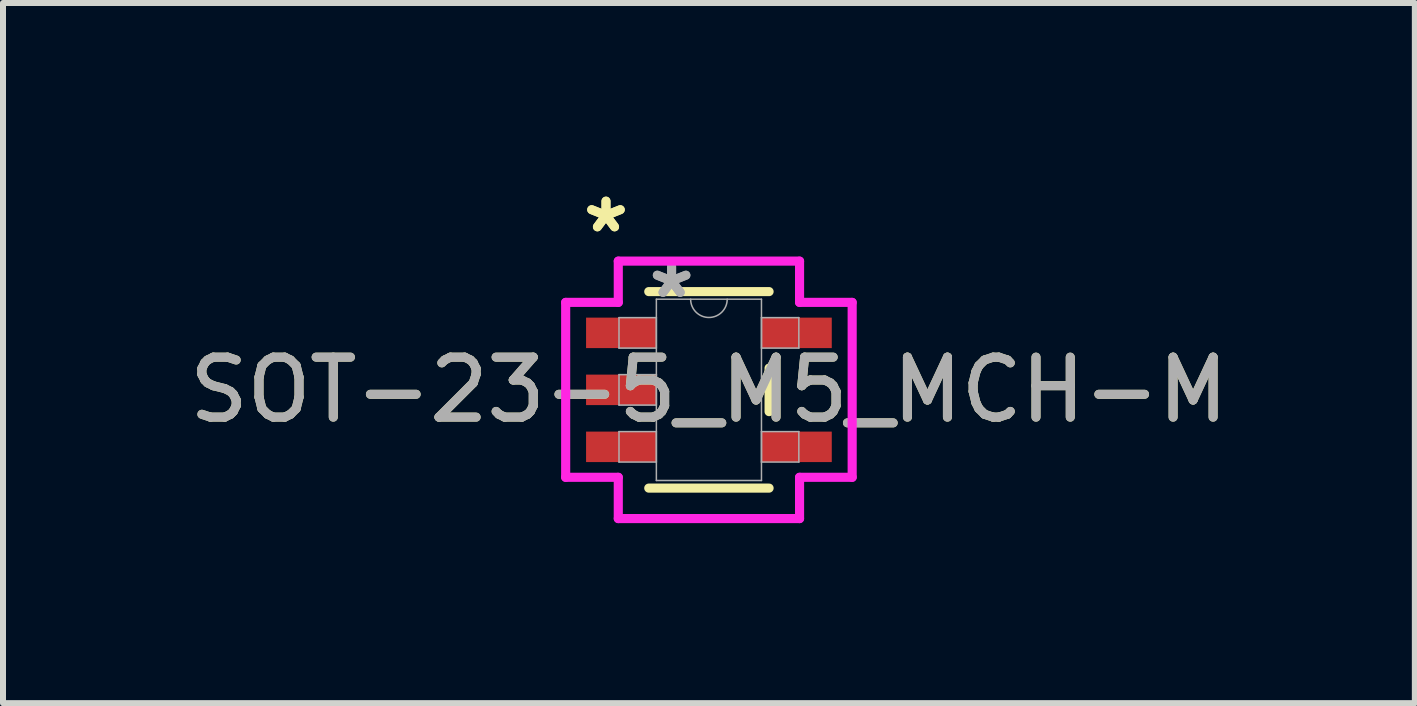
<source format=kicad_pcb>
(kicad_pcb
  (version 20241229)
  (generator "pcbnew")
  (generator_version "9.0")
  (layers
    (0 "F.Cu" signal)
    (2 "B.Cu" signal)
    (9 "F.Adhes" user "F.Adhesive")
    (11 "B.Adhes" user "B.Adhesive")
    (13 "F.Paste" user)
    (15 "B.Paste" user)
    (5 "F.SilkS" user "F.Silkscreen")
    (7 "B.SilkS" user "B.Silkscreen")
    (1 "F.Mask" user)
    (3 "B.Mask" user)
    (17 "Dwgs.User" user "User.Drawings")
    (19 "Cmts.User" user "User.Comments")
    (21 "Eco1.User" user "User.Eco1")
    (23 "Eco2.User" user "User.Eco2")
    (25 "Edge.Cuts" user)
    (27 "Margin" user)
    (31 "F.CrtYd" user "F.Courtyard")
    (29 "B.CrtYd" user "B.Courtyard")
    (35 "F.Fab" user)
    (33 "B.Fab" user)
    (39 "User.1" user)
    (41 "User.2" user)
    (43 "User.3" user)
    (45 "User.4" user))
  (footprint "SOT-23-5_M5_MCH-M"
    (layer "F.Cu")
    (at 8.768 3.449)
    (property "Reference" "SOT-23-5_M5_MCH-M" (at 0 0 0) (unlocked yes) (layer "F.SilkS") (effects (font (size 1 1) (thickness 0.15))))
    (attr smd)
    (fp_line (start -1.003 1.638) (end 1.003 1.638) (stroke (width 0.152) (type solid)) (layer "F.SilkS"))
    (fp_line (start 1.003 -1.638) (end -1.003 -1.638) (stroke (width 0.152) (type solid)) (layer "F.SilkS"))
    (fp_line (start 1.003 0.363) (end 1.003 -0.363) (stroke (width 0.152) (type solid)) (layer "F.SilkS"))
    (fp_line (start -2.388 -1.458) (end -1.511 -1.458) (stroke (width 0.152) (type solid)) (layer "F.CrtYd"))
    (fp_line (start -2.388 1.458) (end -2.388 -1.458) (stroke (width 0.152) (type solid)) (layer "F.CrtYd"))
    (fp_line (start -1.511 -2.146) (end 1.511 -2.146) (stroke (width 0.152) (type solid)) (layer "F.CrtYd"))
    (fp_line (start -1.511 -1.458) (end -1.511 -2.146) (stroke (width 0.152) (type solid)) (layer "F.CrtYd"))
    (fp_line (start -1.511 1.458) (end -2.388 1.458) (stroke (width 0.152) (type solid)) (layer "F.CrtYd"))
    (fp_line (start -1.511 2.146) (end -1.511 1.458) (stroke (width 0.152) (type solid)) (layer "F.CrtYd"))
    (fp_line (start 1.511 -2.146) (end 1.511 -1.458) (stroke (width 0.152) (type solid)) (layer "F.CrtYd"))
    (fp_line (start 1.511 -1.458) (end 2.388 -1.458) (stroke (width 0.152) (type solid)) (layer "F.CrtYd"))
    (fp_line (start 1.511 1.458) (end 1.511 2.146) (stroke (width 0.152) (type solid)) (layer "F.CrtYd"))
    (fp_line (start 1.511 2.146) (end -1.511 2.146) (stroke (width 0.152) (type solid)) (layer "F.CrtYd"))
    (fp_line (start 2.388 -1.458) (end 2.388 1.458) (stroke (width 0.152) (type solid)) (layer "F.CrtYd"))
    (fp_line (start 2.388 1.458) (end 1.511 1.458) (stroke (width 0.152) (type solid)) (layer "F.CrtYd"))
    (fp_line (start -1.499 -1.204) (end -1.499 -0.696) (stroke (width 0.025) (type solid)) (layer "F.Fab"))
    (fp_line (start -1.499 -0.696) (end -0.876 -0.696) (stroke (width 0.025) (type solid)) (layer "F.Fab"))
    (fp_line (start -1.499 -0.254) (end -1.499 0.254) (stroke (width 0.025) (type solid)) (layer "F.Fab"))
    (fp_line (start -1.499 0.254) (end -0.876 0.254) (stroke (width 0.025) (type solid)) (layer "F.Fab"))
    (fp_line (start -1.499 0.696) (end -1.499 1.204) (stroke (width 0.025) (type solid)) (layer "F.Fab"))
    (fp_line (start -1.499 1.204) (end -0.876 1.204) (stroke (width 0.025) (type solid)) (layer "F.Fab"))
    (fp_line (start -0.876 -1.511) (end -0.876 1.511) (stroke (width 0.025) (type solid)) (layer "F.Fab"))
    (fp_line (start -0.876 -1.204) (end -1.499 -1.204) (stroke (width 0.025) (type solid)) (layer "F.Fab"))
    (fp_line (start -0.876 -0.696) (end -0.876 -1.204) (stroke (width 0.025) (type solid)) (layer "F.Fab"))
    (fp_line (start -0.876 -0.254) (end -1.499 -0.254) (stroke (width 0.025) (type solid)) (layer "F.Fab"))
    (fp_line (start -0.876 0.254) (end -0.876 -0.254) (stroke (width 0.025) (type solid)) (layer "F.Fab"))
    (fp_line (start -0.876 0.696) (end -1.499 0.696) (stroke (width 0.025) (type solid)) (layer "F.Fab"))
    (fp_line (start -0.876 1.204) (end -0.876 0.696) (stroke (width 0.025) (type solid)) (layer "F.Fab"))
    (fp_line (start -0.876 1.511) (end 0.876 1.511) (stroke (width 0.025) (type solid)) (layer "F.Fab"))
    (fp_line (start 0.876 -1.511) (end -0.876 -1.511) (stroke (width 0.025) (type solid)) (layer "F.Fab"))
    (fp_line (start 0.876 -1.204) (end 0.876 -0.696) (stroke (width 0.025) (type solid)) (layer "F.Fab"))
    (fp_line (start 0.876 -0.696) (end 1.499 -0.696) (stroke (width 0.025) (type solid)) (layer "F.Fab"))
    (fp_line (start 0.876 0.696) (end 0.876 1.204) (stroke (width 0.025) (type solid)) (layer "F.Fab"))
    (fp_line (start 0.876 1.204) (end 1.499 1.204) (stroke (width 0.025) (type solid)) (layer "F.Fab"))
    (fp_line (start 0.876 1.511) (end 0.876 -1.511) (stroke (width 0.025) (type solid)) (layer "F.Fab"))
    (fp_line (start 1.499 -1.204) (end 0.876 -1.204) (stroke (width 0.025) (type solid)) (layer "F.Fab"))
    (fp_line (start 1.499 -0.696) (end 1.499 -1.204) (stroke (width 0.025) (type solid)) (layer "F.Fab"))
    (fp_line (start 1.499 0.696) (end 0.876 0.696) (stroke (width 0.025) (type solid)) (layer "F.Fab"))
    (fp_line (start 1.499 1.204) (end 1.499 0.696) (stroke (width 0.025) (type solid)) (layer "F.Fab"))
    (fp_arc (start 0.3048 -1.5113) (mid 0 -1.2065) (end -0.3048 -1.5113) (stroke (width 0.0254) (type solid)) (layer "F.Fab"))
    (fp_text user "*" (at -1.716 -2.601 0) (unlocked yes) (layer "F.SilkS") (effects (font (size 1 1) (thickness 0.15))))
    (fp_text user "*" (at -1.716 -2.601 0) (layer "F.SilkS") (effects (font (size 1 1) (thickness 0.15))))
    (fp_text user "*" (at -0.622 -1.509 0) (layer "F.Fab") (effects (font (size 1 1) (thickness 0.15))))
    (fp_text user "${REFERENCE}" (at 0 0 0) (unlocked yes) (layer "F.Fab") (effects (font (size 1 1) (thickness 0.15))))
    (fp_text user "*" (at -0.622 -1.509 0) (unlocked yes) (layer "F.Fab") (effects (font (size 1 1) (thickness 0.15))))
    (pad "1" smd rect (at -1.462 -0.95) (size 1.172 0.508) (layers "F.Cu" "F.Mask" "F.Paste"))
    (pad "2" smd rect (at -1.462 0) (size 1.172 0.508) (layers "F.Cu" "F.Mask" "F.Paste"))
    (pad "3" smd rect (at -1.462 0.95) (size 1.172 0.508) (layers "F.Cu" "F.Mask" "F.Paste"))
    (pad "4" smd rect (at 1.462 0.95) (size 1.172 0.508) (layers "F.Cu" "F.Mask" "F.Paste"))
    (pad "5" smd rect (at 1.462 -0.95) (size 1.172 0.508) (layers "F.Cu" "F.Mask" "F.Paste")))
  (gr_rect
    (start -3 -3)
    (end 20.536 8.672)
    (stroke (width 0.1) (type default))
    (fill no)
    (layer "Edge.Cuts")))
</source>
